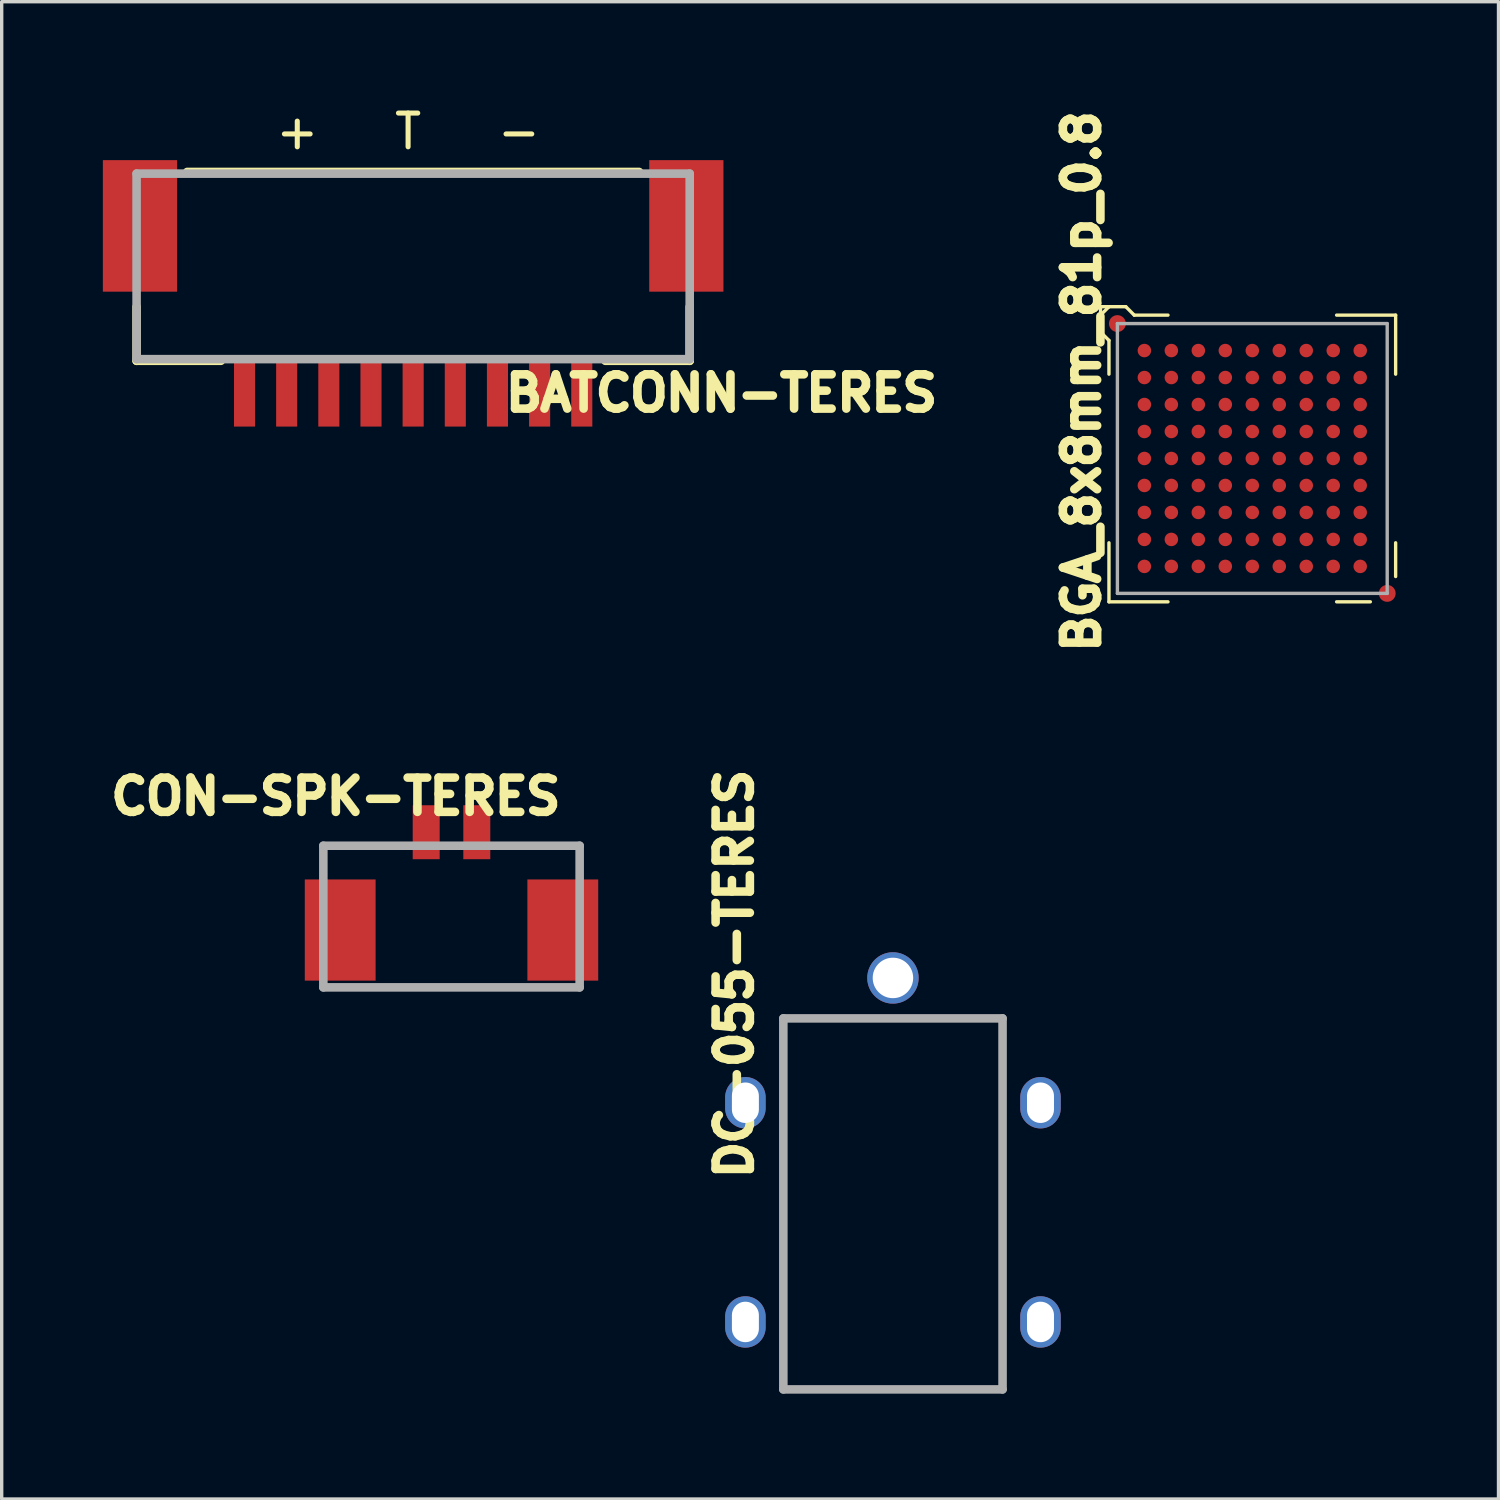
<source format=kicad_pcb>
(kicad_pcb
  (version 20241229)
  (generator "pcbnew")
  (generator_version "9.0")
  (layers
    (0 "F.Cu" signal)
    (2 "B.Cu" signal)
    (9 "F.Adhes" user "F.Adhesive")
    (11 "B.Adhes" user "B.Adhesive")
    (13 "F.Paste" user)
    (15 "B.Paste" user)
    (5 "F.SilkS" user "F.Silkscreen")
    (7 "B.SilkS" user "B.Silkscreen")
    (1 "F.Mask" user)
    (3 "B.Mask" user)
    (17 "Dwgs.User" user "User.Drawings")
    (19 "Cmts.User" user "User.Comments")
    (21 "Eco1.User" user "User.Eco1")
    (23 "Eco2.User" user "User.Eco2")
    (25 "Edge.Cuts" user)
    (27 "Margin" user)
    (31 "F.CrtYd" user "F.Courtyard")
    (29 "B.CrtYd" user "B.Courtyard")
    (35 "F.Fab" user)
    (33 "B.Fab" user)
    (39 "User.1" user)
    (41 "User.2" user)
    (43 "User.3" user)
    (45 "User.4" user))
  (footprint "DC-055-TERES"
    (layer "F.Cu")
    (at 23.426 38.146)
    (property "Reference" "DC-055-TERES" (at -4.699 -12.319 90) (layer "F.SilkS") (effects (font (size 1.016 1.016) (thickness 0.254))))
    (attr through_hole)
    (fp_line (start -3.25 -11) (end -3.25 0) (stroke (width 0.254) (type solid)) (layer "F.Fab"))
    (fp_line (start -3.25 0) (end 3.25 0) (stroke (width 0.254) (type solid)) (layer "F.Fab"))
    (fp_line (start 3.25 -11) (end -3.25 -11) (stroke (width 0.254) (type solid)) (layer "F.Fab"))
    (fp_line (start 3.25 0) (end 3.25 -11) (stroke (width 0.254) (type solid)) (layer "F.Fab"))
    (pad "1" thru_hole circle (at 0 -12.2) (size 1.524 1.524) (drill 1.2) (layers "*.Cu" "*.Mask" "F.Paste"))
    (pad "2" thru_hole oval (at -4.375 -8.5) (size 1.2 1.524) (drill oval 0.8 1.2) (layers "*.Cu" "*.Mask" "F.Paste"))
    (pad "2" thru_hole oval (at -4.375 -2) (size 1.2 1.524) (drill oval 0.8 1.2) (layers "*.Cu" "*.Mask" "F.Paste"))
    (pad "2" thru_hole oval (at 4.375 -8.5) (size 1.2 1.524) (drill oval 0.8 1.2) (layers "*.Cu" "*.Mask" "F.Paste"))
    (pad "2" thru_hole oval (at 4.375 -2) (size 1.2 1.524) (drill oval 0.8 1.2) (layers "*.Cu" "*.Mask" "F.Paste")))
  (footprint "CON-SPK-TERES"
    (layer "F.Cu")
    (at 10.337 26.026)
    (property "Reference" "CON-SPK-TERES" (at -3.429 -5.461 0) (layer "F.SilkS") (effects (font (size 1.016 1.016) (thickness 0.254))))
    (attr through_hole)
    (fp_line (start -3.8 -4) (end -3.8 0.2) (stroke (width 0.254) (type solid)) (layer "F.Fab"))
    (fp_line (start -3.8 0.2) (end 3.8 0.2) (stroke (width 0.254) (type solid)) (layer "F.Fab"))
    (fp_line (start 3.8 -4) (end -3.8 -4) (stroke (width 0.254) (type solid)) (layer "F.Fab"))
    (fp_line (start 3.8 0.2) (end 3.8 -4) (stroke (width 0.254) (type solid)) (layer "F.Fab"))
    (pad "0" smd rect (at -3.3 -1.5) (size 2.1 3) (layers "F.Cu" "F.Mask" "F.Paste"))
    (pad "0" smd rect (at 3.3 -1.5) (size 2.1 3) (layers "F.Cu" "F.Mask" "F.Paste"))
    (pad "1" smd rect (at -0.75 -4.4) (size 0.8 1.6) (layers "F.Cu" "F.Mask" "F.Paste"))
    (pad "2" smd rect (at 0.75 -4.4) (size 0.8 1.6) (layers "F.Cu" "F.Mask" "F.Paste")))
  (footprint "BATCONN-TERES"
    (layer "F.Cu")
    (at 9.2 4.848)
    (property "Reference" "BATCONN-TERES" (at 9.142 3.76 0) (layer "F.SilkS") (effects (font (size 1.016 1.016) (thickness 0.254))))
    (attr through_hole)
    (fp_line (start -8.2 1.2) (end -8.2 2.8) (stroke (width 0.254) (type solid)) (layer "F.SilkS"))
    (fp_line (start -8.2 2.8) (end -5.7 2.8) (stroke (width 0.254) (type solid)) (layer "F.SilkS"))
    (fp_line (start 6.7 -2.8) (end -6.7 -2.8) (stroke (width 0.254) (type solid)) (layer "F.SilkS"))
    (fp_line (start 8.2 1.2) (end 8.2 2.8) (stroke (width 0.254) (type solid)) (layer "F.SilkS"))
    (fp_line (start 8.2 2.8) (end 5.7 2.8) (stroke (width 0.254) (type solid)) (layer "F.SilkS"))
    (fp_line (start -8.2 -2.75) (end -8.2 2.75) (stroke (width 0.254) (type solid)) (layer "F.Fab"))
    (fp_line (start -8.2 2.75) (end 8.2 2.75) (stroke (width 0.254) (type solid)) (layer "F.Fab"))
    (fp_line (start 8.2 -2.75) (end -8.2 -2.75) (stroke (width 0.254) (type solid)) (layer "F.Fab"))
    (fp_line (start 8.2 2.75) (end 8.2 -2.75) (stroke (width 0.254) (type solid)) (layer "F.Fab"))
    (fp_text user "+   T   -" (at -0.15 -4 0) (layer "F.SilkS") (effects (font (size 1 1) (thickness 0.15))))
    (pad "0" smd rect (at -8.1 -1.2 180) (size 2.2 3.9) (layers "F.Cu" "F.Mask" "F.Paste"))
    (pad "0" smd rect (at 8.1 -1.2 180) (size 2.2 3.9) (layers "F.Cu" "F.Mask" "F.Paste"))
    (pad "1" smd rect (at -5 3.75 180) (size 0.625 2) (layers "F.Cu" "F.Mask" "F.Paste"))
    (pad "2" smd rect (at -3.75 3.75 180) (size 0.625 2) (layers "F.Cu" "F.Mask" "F.Paste"))
    (pad "3" smd rect (at -2.5 3.75 180) (size 0.625 2) (layers "F.Cu" "F.Mask" "F.Paste"))
    (pad "4" smd rect (at -1.25 3.75 180) (size 0.625 2) (layers "F.Cu" "F.Mask" "F.Paste"))
    (pad "5" smd rect (at 0 3.75 180) (size 0.625 2) (layers "F.Cu" "F.Mask" "F.Paste"))
    (pad "6" smd rect (at 1.25 3.75 180) (size 0.625 2) (layers "F.Cu" "F.Mask" "F.Paste"))
    (pad "7" smd rect (at 2.5 3.75 180) (size 0.625 2) (layers "F.Cu" "F.Mask" "F.Paste"))
    (pad "8" smd rect (at 3.75 3.75 180) (size 0.625 2) (layers "F.Cu" "F.Mask" "F.Paste"))
    (pad "9" smd rect (at 5 3.75 180) (size 0.625 2) (layers "F.Cu" "F.Mask" "F.Paste")))
  (footprint "BGA_8x8mm_81p_0.8"
    (layer "F.Cu")
    (at 34.081 10.544)
    (property "Reference" "BGA_8x8mm_81p_0.8" (at -5.057 -2.282 90) (layer "F.SilkS") (effects (font (size 1.016 1.016) (thickness 0.254))))
    (attr through_hole)
    (fp_line (start -4.5 -4.5) (end -4.5 -4.25) (stroke (width 0.1) (type solid)) (layer "F.SilkS"))
    (fp_line (start -4.5 -4.25) (end -4.5 -3.75) (stroke (width 0.1) (type solid)) (layer "F.SilkS"))
    (fp_line (start -4.5 -3.75) (end -4.25 -3.5) (stroke (width 0.1) (type solid)) (layer "F.SilkS"))
    (fp_line (start -4.25 -4.5) (end -4.5 -4.5) (stroke (width 0.1) (type solid)) (layer "F.SilkS"))
    (fp_line (start -4.25 -4.5) (end -4.5 -4.25) (stroke (width 0.1) (type solid)) (layer "F.SilkS"))
    (fp_line (start -4.25 -3.5) (end -4.25 -2.5) (stroke (width 0.1) (type solid)) (layer "F.SilkS"))
    (fp_line (start -4.25 2.5) (end -4.25 4.25) (stroke (width 0.1) (type solid)) (layer "F.SilkS"))
    (fp_line (start -4.25 4.25) (end -2.5 4.25) (stroke (width 0.1) (type solid)) (layer "F.SilkS"))
    (fp_line (start -3.75 -4.5) (end -4.25 -4.5) (stroke (width 0.1) (type solid)) (layer "F.SilkS"))
    (fp_line (start -3.5 -4.25) (end -3.75 -4.5) (stroke (width 0.1) (type solid)) (layer "F.SilkS"))
    (fp_line (start -2.5 -4.25) (end -3.5 -4.25) (stroke (width 0.1) (type solid)) (layer "F.SilkS"))
    (fp_line (start 2.5 -4.25) (end 4.25 -4.25) (stroke (width 0.1) (type solid)) (layer "F.SilkS"))
    (fp_line (start 3.5 4.25) (end 2.5 4.25) (stroke (width 0.1) (type solid)) (layer "F.SilkS"))
    (fp_line (start 4.25 -4.25) (end 4.25 -2.5) (stroke (width 0.1) (type solid)) (layer "F.SilkS"))
    (fp_line (start 4.25 3.5) (end 4.25 2.5) (stroke (width 0.1) (type solid)) (layer "F.SilkS"))
    (fp_line (start -4 -4) (end -4 4) (stroke (width 0.1) (type solid)) (layer "F.Fab"))
    (fp_line (start -4 4) (end 4 4) (stroke (width 0.1) (type solid)) (layer "F.Fab"))
    (fp_line (start 4 -4) (end -4 -4) (stroke (width 0.1) (type solid)) (layer "F.Fab"))
    (fp_line (start 4 4) (end 4 -4) (stroke (width 0.1) (type solid)) (layer "F.Fab"))
    (pad "0" smd circle (at -4 -4) (size 0.5 0.5) (layers "F.Cu" "F.Mask"))
    (pad "0" smd circle (at 4 4) (size 0.5 0.5) (layers "F.Cu" "F.Mask"))
    (pad "A1" smd circle (at -3.2 -3.2) (size 0.4 0.4) (layers "F.Cu" "F.Mask" "F.Paste"))
    (pad "A2" smd circle (at -2.4 -3.2) (size 0.4 0.4) (layers "F.Cu" "F.Mask" "F.Paste"))
    (pad "A3" smd circle (at -1.6 -3.2) (size 0.4 0.4) (layers "F.Cu" "F.Mask" "F.Paste"))
    (pad "A4" smd circle (at -0.8 -3.2) (size 0.4 0.4) (layers "F.Cu" "F.Mask" "F.Paste"))
    (pad "A5" smd circle (at 0 -3.2) (size 0.4 0.4) (layers "F.Cu" "F.Mask" "F.Paste"))
    (pad "A6" smd circle (at 0.8 -3.2) (size 0.4 0.4) (layers "F.Cu" "F.Mask" "F.Paste"))
    (pad "A7" smd circle (at 1.6 -3.2) (size 0.4 0.4) (layers "F.Cu" "F.Mask" "F.Paste"))
    (pad "A8" smd circle (at 2.4 -3.2) (size 0.4 0.4) (layers "F.Cu" "F.Mask" "F.Paste"))
    (pad "A9" smd circle (at 3.2 -3.2) (size 0.4 0.4) (layers "F.Cu" "F.Mask" "F.Paste"))
    (pad "B1" smd circle (at -3.2 -2.4) (size 0.4 0.4) (layers "F.Cu" "F.Mask" "F.Paste"))
    (pad "B2" smd circle (at -2.4 -2.4) (size 0.4 0.4) (layers "F.Cu" "F.Mask" "F.Paste"))
    (pad "B3" smd circle (at -1.6 -2.4) (size 0.4 0.4) (layers "F.Cu" "F.Mask" "F.Paste"))
    (pad "B4" smd circle (at -0.8 -2.4) (size 0.4 0.4) (layers "F.Cu" "F.Mask" "F.Paste"))
    (pad "B5" smd circle (at 0 -2.4) (size 0.4 0.4) (layers "F.Cu" "F.Mask" "F.Paste"))
    (pad "B6" smd circle (at 0.8 -2.4) (size 0.4 0.4) (layers "F.Cu" "F.Mask" "F.Paste"))
    (pad "B7" smd circle (at 1.6 -2.4) (size 0.4 0.4) (layers "F.Cu" "F.Mask" "F.Paste"))
    (pad "B8" smd circle (at 2.4 -2.4) (size 0.4 0.4) (layers "F.Cu" "F.Mask" "F.Paste"))
    (pad "B9" smd circle (at 3.2 -2.4) (size 0.4 0.4) (layers "F.Cu" "F.Mask" "F.Paste"))
    (pad "C1" smd circle (at -3.2 -1.6) (size 0.4 0.4) (layers "F.Cu" "F.Mask" "F.Paste"))
    (pad "C2" smd circle (at -2.4 -1.6) (size 0.4 0.4) (layers "F.Cu" "F.Mask" "F.Paste"))
    (pad "C3" smd circle (at -1.6 -1.6) (size 0.4 0.4) (layers "F.Cu" "F.Mask" "F.Paste"))
    (pad "C4" smd circle (at -0.8 -1.6) (size 0.4 0.4) (layers "F.Cu" "F.Mask" "F.Paste"))
    (pad "C5" smd circle (at 0 -1.6) (size 0.4 0.4) (layers "F.Cu" "F.Mask" "F.Paste"))
    (pad "C6" smd circle (at 0.8 -1.6) (size 0.4 0.4) (layers "F.Cu" "F.Mask" "F.Paste"))
    (pad "C7" smd circle (at 1.6 -1.6) (size 0.4 0.4) (layers "F.Cu" "F.Mask" "F.Paste"))
    (pad "C8" smd circle (at 2.4 -1.6) (size 0.4 0.4) (layers "F.Cu" "F.Mask" "F.Paste"))
    (pad "C9" smd circle (at 3.2 -1.6) (size 0.4 0.4) (layers "F.Cu" "F.Mask" "F.Paste"))
    (pad "D1" smd circle (at -3.2 -0.8) (size 0.4 0.4) (layers "F.Cu" "F.Mask" "F.Paste"))
    (pad "D2" smd circle (at -2.4 -0.8) (size 0.4 0.4) (layers "F.Cu" "F.Mask" "F.Paste"))
    (pad "D3" smd circle (at -1.6 -0.8) (size 0.4 0.4) (layers "F.Cu" "F.Mask" "F.Paste"))
    (pad "D4" smd circle (at -0.8 -0.8) (size 0.4 0.4) (layers "F.Cu" "F.Mask" "F.Paste"))
    (pad "D5" smd circle (at 0 -0.8) (size 0.4 0.4) (layers "F.Cu" "F.Mask" "F.Paste"))
    (pad "D6" smd circle (at 0.8 -0.8) (size 0.4 0.4) (layers "F.Cu" "F.Mask" "F.Paste"))
    (pad "D7" smd circle (at 1.6 -0.8) (size 0.4 0.4) (layers "F.Cu" "F.Mask" "F.Paste"))
    (pad "D8" smd circle (at 2.4 -0.8) (size 0.4 0.4) (layers "F.Cu" "F.Mask" "F.Paste"))
    (pad "D9" smd circle (at 3.2 -0.8) (size 0.4 0.4) (layers "F.Cu" "F.Mask" "F.Paste"))
    (pad "E1" smd circle (at -3.2 0) (size 0.4 0.4) (layers "F.Cu" "F.Mask" "F.Paste"))
    (pad "E2" smd circle (at -2.4 0) (size 0.4 0.4) (layers "F.Cu" "F.Mask" "F.Paste"))
    (pad "E3" smd circle (at -1.6 0) (size 0.4 0.4) (layers "F.Cu" "F.Mask" "F.Paste"))
    (pad "E4" smd circle (at -0.8 0) (size 0.4 0.4) (layers "F.Cu" "F.Mask" "F.Paste"))
    (pad "E5" smd circle (at 0 0) (size 0.4 0.4) (layers "F.Cu" "F.Mask" "F.Paste"))
    (pad "E6" smd circle (at 0.8 0) (size 0.4 0.4) (layers "F.Cu" "F.Mask" "F.Paste"))
    (pad "E7" smd circle (at 1.6 0) (size 0.4 0.4) (layers "F.Cu" "F.Mask" "F.Paste"))
    (pad "E8" smd circle (at 2.4 0) (size 0.4 0.4) (layers "F.Cu" "F.Mask" "F.Paste"))
    (pad "E9" smd circle (at 3.2 0) (size 0.4 0.4) (layers "F.Cu" "F.Mask" "F.Paste"))
    (pad "F1" smd circle (at -3.2 0.8) (size 0.4 0.4) (layers "F.Cu" "F.Mask" "F.Paste"))
    (pad "F2" smd circle (at -2.4 0.8) (size 0.4 0.4) (layers "F.Cu" "F.Mask" "F.Paste"))
    (pad "F3" smd circle (at -1.6 0.8) (size 0.4 0.4) (layers "F.Cu" "F.Mask" "F.Paste"))
    (pad "F4" smd circle (at -0.8 0.8) (size 0.4 0.4) (layers "F.Cu" "F.Mask" "F.Paste"))
    (pad "F5" smd circle (at 0 0.8) (size 0.4 0.4) (layers "F.Cu" "F.Mask" "F.Paste"))
    (pad "F6" smd circle (at 0.8 0.8) (size 0.4 0.4) (layers "F.Cu" "F.Mask" "F.Paste"))
    (pad "F7" smd circle (at 1.6 0.8) (size 0.4 0.4) (layers "F.Cu" "F.Mask" "F.Paste"))
    (pad "F8" smd circle (at 2.4 0.8) (size 0.4 0.4) (layers "F.Cu" "F.Mask" "F.Paste"))
    (pad "F9" smd circle (at 3.2 0.8) (size 0.4 0.4) (layers "F.Cu" "F.Mask" "F.Paste"))
    (pad "G1" smd circle (at -3.2 1.6) (size 0.4 0.4) (layers "F.Cu" "F.Mask" "F.Paste"))
    (pad "G2" smd circle (at -2.4 1.6) (size 0.4 0.4) (layers "F.Cu" "F.Mask" "F.Paste"))
    (pad "G3" smd circle (at -1.6 1.6) (size 0.4 0.4) (layers "F.Cu" "F.Mask" "F.Paste"))
    (pad "G4" smd circle (at -0.8 1.6) (size 0.4 0.4) (layers "F.Cu" "F.Mask" "F.Paste"))
    (pad "G5" smd circle (at 0 1.6) (size 0.4 0.4) (layers "F.Cu" "F.Mask" "F.Paste"))
    (pad "G6" smd circle (at 0.8 1.6) (size 0.4 0.4) (layers "F.Cu" "F.Mask" "F.Paste"))
    (pad "G7" smd circle (at 1.6 1.6) (size 0.4 0.4) (layers "F.Cu" "F.Mask" "F.Paste"))
    (pad "G8" smd circle (at 2.4 1.6) (size 0.4 0.4) (layers "F.Cu" "F.Mask" "F.Paste"))
    (pad "G9" smd circle (at 3.2 1.6) (size 0.4 0.4) (layers "F.Cu" "F.Mask" "F.Paste"))
    (pad "H1" smd circle (at -3.2 2.4) (size 0.4 0.4) (layers "F.Cu" "F.Mask" "F.Paste"))
    (pad "H2" smd circle (at -2.4 2.4) (size 0.4 0.4) (layers "F.Cu" "F.Mask" "F.Paste"))
    (pad "H3" smd circle (at -1.6 2.4) (size 0.4 0.4) (layers "F.Cu" "F.Mask" "F.Paste"))
    (pad "H4" smd circle (at -0.8 2.4) (size 0.4 0.4) (layers "F.Cu" "F.Mask" "F.Paste"))
    (pad "H5" smd circle (at 0 2.4) (size 0.4 0.4) (layers "F.Cu" "F.Mask" "F.Paste"))
    (pad "H6" smd circle (at 0.8 2.4) (size 0.4 0.4) (layers "F.Cu" "F.Mask" "F.Paste"))
    (pad "H7" smd circle (at 1.6 2.4) (size 0.4 0.4) (layers "F.Cu" "F.Mask" "F.Paste"))
    (pad "H8" smd circle (at 2.4 2.4) (size 0.4 0.4) (layers "F.Cu" "F.Mask" "F.Paste"))
    (pad "H9" smd circle (at 3.2 2.4) (size 0.4 0.4) (layers "F.Cu" "F.Mask" "F.Paste"))
    (pad "J1" smd circle (at -3.2 3.2) (size 0.4 0.4) (layers "F.Cu" "F.Mask" "F.Paste"))
    (pad "J2" smd circle (at -2.4 3.2) (size 0.4 0.4) (layers "F.Cu" "F.Mask" "F.Paste"))
    (pad "J3" smd circle (at -1.6 3.2) (size 0.4 0.4) (layers "F.Cu" "F.Mask" "F.Paste"))
    (pad "J4" smd circle (at -0.8 3.2) (size 0.4 0.4) (layers "F.Cu" "F.Mask" "F.Paste"))
    (pad "J5" smd circle (at 0 3.2) (size 0.4 0.4) (layers "F.Cu" "F.Mask" "F.Paste"))
    (pad "J6" smd circle (at 0.8 3.2) (size 0.4 0.4) (layers "F.Cu" "F.Mask" "F.Paste"))
    (pad "J7" smd circle (at 1.6 3.2) (size 0.4 0.4) (layers "F.Cu" "F.Mask" "F.Paste"))
    (pad "J8" smd circle (at 2.4 3.2) (size 0.4 0.4) (layers "F.Cu" "F.Mask" "F.Paste"))
    (pad "J9" smd circle (at 3.2 3.2) (size 0.4 0.4) (layers "F.Cu" "F.Mask" "F.Paste")))
  (gr_rect
    (start -3 -3)
    (end 41.381 41.396)
    (stroke (width 0.1) (type default))
    (fill no)
    (layer "Edge.Cuts")))
</source>
